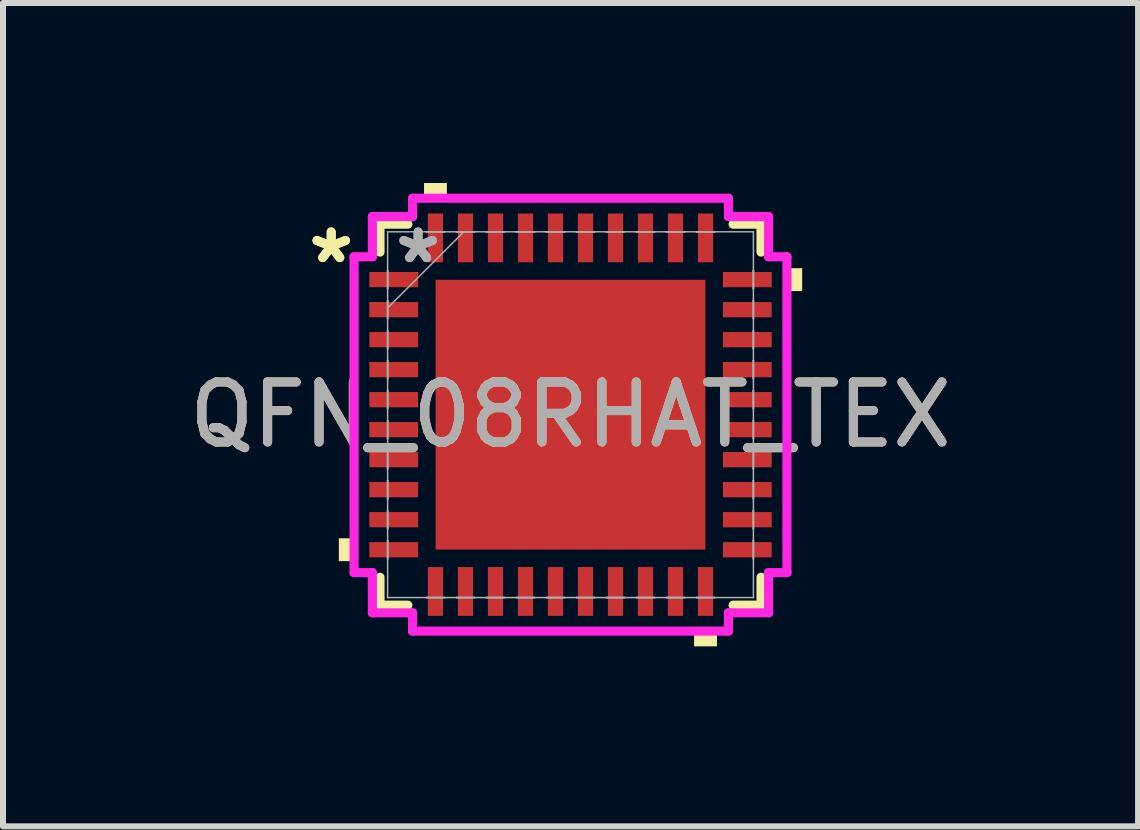
<source format=kicad_pcb>
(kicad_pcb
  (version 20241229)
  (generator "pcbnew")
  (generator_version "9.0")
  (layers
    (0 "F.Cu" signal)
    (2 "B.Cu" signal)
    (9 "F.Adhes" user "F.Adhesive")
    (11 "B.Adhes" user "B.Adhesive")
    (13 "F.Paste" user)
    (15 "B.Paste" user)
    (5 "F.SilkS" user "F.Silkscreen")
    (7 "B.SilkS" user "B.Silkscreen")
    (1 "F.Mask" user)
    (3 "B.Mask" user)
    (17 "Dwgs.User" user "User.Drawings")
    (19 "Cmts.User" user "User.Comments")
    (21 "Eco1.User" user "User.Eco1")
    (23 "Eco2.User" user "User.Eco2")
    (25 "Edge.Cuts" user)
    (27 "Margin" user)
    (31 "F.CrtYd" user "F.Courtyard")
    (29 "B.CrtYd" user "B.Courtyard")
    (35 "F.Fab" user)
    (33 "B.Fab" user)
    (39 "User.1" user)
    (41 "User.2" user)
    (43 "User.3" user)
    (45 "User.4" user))
  (footprint "QFN_08RHAT_TEX"
    (layer "F.Cu")
    (at 6.458 3.861)
    (property "Reference" "QFN_08RHAT_TEX" (at 0 0 0) (unlocked yes) (layer "F.SilkS") (effects (font (size 1 1) (thickness 0.15))))
    (attr smd)
    (fp_line (start -3.175 -3.175) (end -3.175 -2.71) (stroke (width 0.152) (type solid)) (layer "F.SilkS"))
    (fp_line (start -3.175 2.71) (end -3.175 3.175) (stroke (width 0.152) (type solid)) (layer "F.SilkS"))
    (fp_line (start -3.175 3.175) (end -2.71 3.175) (stroke (width 0.152) (type solid)) (layer "F.SilkS"))
    (fp_line (start -2.71 -3.175) (end -3.175 -3.175) (stroke (width 0.152) (type solid)) (layer "F.SilkS"))
    (fp_line (start 2.71 3.175) (end 3.175 3.175) (stroke (width 0.152) (type solid)) (layer "F.SilkS"))
    (fp_line (start 3.175 -3.175) (end 2.71 -3.175) (stroke (width 0.152) (type solid)) (layer "F.SilkS"))
    (fp_line (start 3.175 -2.71) (end 3.175 -3.175) (stroke (width 0.152) (type solid)) (layer "F.SilkS"))
    (fp_line (start 3.175 3.175) (end 3.175 2.71) (stroke (width 0.152) (type solid)) (layer "F.SilkS"))
    (fp_poly (pts (xy -3.861 2.06) (xy -3.861 2.441) (xy -3.607 2.441) (xy -3.607 2.06)) (stroke (width 0) (type solid)) (fill yes) (layer "F.SilkS"))
    (fp_poly (pts (xy -2.441 -3.607) (xy -2.441 -3.861) (xy -2.06 -3.861) (xy -2.06 -3.607)) (stroke (width 0) (type solid)) (fill yes) (layer "F.SilkS"))
    (fp_poly (pts (xy 2.06 3.607) (xy 2.06 3.861) (xy 2.441 3.861) (xy 2.441 3.607)) (stroke (width 0) (type solid)) (fill yes) (layer "F.SilkS"))
    (fp_poly (pts (xy 3.861 -2.441) (xy 3.861 -2.06) (xy 3.607 -2.06) (xy 3.607 -2.441)) (stroke (width 0) (type solid)) (fill yes) (layer "F.SilkS"))
    (fp_poly (pts (xy -2.148 -2.148) (xy -2.148 -0.849) (xy -0.849 -0.849) (xy -0.849 -2.148)) (stroke (width 0) (type solid)) (fill yes) (layer "F.Paste"))
    (fp_poly (pts (xy -2.148 -0.649) (xy -2.148 0.649) (xy -0.849 0.649) (xy -0.849 -0.649)) (stroke (width 0) (type solid)) (fill yes) (layer "F.Paste"))
    (fp_poly (pts (xy -2.148 0.849) (xy -2.148 2.148) (xy -0.849 2.148) (xy -0.849 0.849)) (stroke (width 0) (type solid)) (fill yes) (layer "F.Paste"))
    (fp_poly (pts (xy -0.649 -2.148) (xy -0.649 -0.849) (xy 0.649 -0.849) (xy 0.649 -2.148)) (stroke (width 0) (type solid)) (fill yes) (layer "F.Paste"))
    (fp_poly (pts (xy -0.649 -0.649) (xy -0.649 0.649) (xy 0.649 0.649) (xy 0.649 -0.649)) (stroke (width 0) (type solid)) (fill yes) (layer "F.Paste"))
    (fp_poly (pts (xy -0.649 0.849) (xy -0.649 2.148) (xy 0.649 2.148) (xy 0.649 0.849)) (stroke (width 0) (type solid)) (fill yes) (layer "F.Paste"))
    (fp_poly (pts (xy 0.849 -2.148) (xy 0.849 -0.849) (xy 2.148 -0.849) (xy 2.148 -2.148)) (stroke (width 0) (type solid)) (fill yes) (layer "F.Paste"))
    (fp_poly (pts (xy 0.849 -0.649) (xy 0.849 0.649) (xy 2.148 0.649) (xy 2.148 -0.649)) (stroke (width 0) (type solid)) (fill yes) (layer "F.Paste"))
    (fp_poly (pts (xy 0.849 0.849) (xy 0.849 2.148) (xy 2.148 2.148) (xy 2.148 0.849)) (stroke (width 0) (type solid)) (fill yes) (layer "F.Paste"))
    (fp_line (start -3.607 -2.632) (end -3.302 -2.632) (stroke (width 0.152) (type solid)) (layer "F.CrtYd"))
    (fp_line (start -3.607 2.632) (end -3.607 -2.632) (stroke (width 0.152) (type solid)) (layer "F.CrtYd"))
    (fp_line (start -3.302 -3.302) (end -2.632 -3.302) (stroke (width 0.152) (type solid)) (layer "F.CrtYd"))
    (fp_line (start -3.302 -2.632) (end -3.302 -3.302) (stroke (width 0.152) (type solid)) (layer "F.CrtYd"))
    (fp_line (start -3.302 2.632) (end -3.607 2.632) (stroke (width 0.152) (type solid)) (layer "F.CrtYd"))
    (fp_line (start -3.302 3.302) (end -3.302 2.632) (stroke (width 0.152) (type solid)) (layer "F.CrtYd"))
    (fp_line (start -2.632 -3.607) (end 2.632 -3.607) (stroke (width 0.152) (type solid)) (layer "F.CrtYd"))
    (fp_line (start -2.632 -3.302) (end -2.632 -3.607) (stroke (width 0.152) (type solid)) (layer "F.CrtYd"))
    (fp_line (start -2.632 3.302) (end -3.302 3.302) (stroke (width 0.152) (type solid)) (layer "F.CrtYd"))
    (fp_line (start -2.632 3.607) (end -2.632 3.302) (stroke (width 0.152) (type solid)) (layer "F.CrtYd"))
    (fp_line (start 2.632 -3.607) (end 2.632 -3.302) (stroke (width 0.152) (type solid)) (layer "F.CrtYd"))
    (fp_line (start 2.632 -3.302) (end 3.302 -3.302) (stroke (width 0.152) (type solid)) (layer "F.CrtYd"))
    (fp_line (start 2.632 3.302) (end 2.632 3.607) (stroke (width 0.152) (type solid)) (layer "F.CrtYd"))
    (fp_line (start 2.632 3.607) (end -2.632 3.607) (stroke (width 0.152) (type solid)) (layer "F.CrtYd"))
    (fp_line (start 3.302 -3.302) (end 3.302 -2.632) (stroke (width 0.152) (type solid)) (layer "F.CrtYd"))
    (fp_line (start 3.302 -2.632) (end 3.607 -2.632) (stroke (width 0.152) (type solid)) (layer "F.CrtYd"))
    (fp_line (start 3.302 2.632) (end 3.302 3.302) (stroke (width 0.152) (type solid)) (layer "F.CrtYd"))
    (fp_line (start 3.302 3.302) (end 2.632 3.302) (stroke (width 0.152) (type solid)) (layer "F.CrtYd"))
    (fp_line (start 3.607 -2.632) (end 3.607 2.632) (stroke (width 0.152) (type solid)) (layer "F.CrtYd"))
    (fp_line (start 3.607 2.632) (end 3.302 2.632) (stroke (width 0.152) (type solid)) (layer "F.CrtYd"))
    (fp_line (start -3.048 -3.048) (end -3.048 -3.048) (stroke (width 0.025) (type solid)) (layer "F.Fab"))
    (fp_line (start -3.048 -3.048) (end -3.048 3.048) (stroke (width 0.025) (type solid)) (layer "F.Fab"))
    (fp_line (start -3.048 -2.403) (end -3.048 -2.403) (stroke (width 0.025) (type solid)) (layer "F.Fab"))
    (fp_line (start -3.048 -2.403) (end -3.048 -2.098) (stroke (width 0.025) (type solid)) (layer "F.Fab"))
    (fp_line (start -3.048 -2.098) (end -3.048 -2.403) (stroke (width 0.025) (type solid)) (layer "F.Fab"))
    (fp_line (start -3.048 -2.098) (end -3.048 -2.098) (stroke (width 0.025) (type solid)) (layer "F.Fab"))
    (fp_line (start -3.048 -1.903) (end -3.048 -1.903) (stroke (width 0.025) (type solid)) (layer "F.Fab"))
    (fp_line (start -3.048 -1.903) (end -3.048 -1.598) (stroke (width 0.025) (type solid)) (layer "F.Fab"))
    (fp_line (start -3.048 -1.778) (end -1.778 -3.048) (stroke (width 0.025) (type solid)) (layer "F.Fab"))
    (fp_line (start -3.048 -1.598) (end -3.048 -1.903) (stroke (width 0.025) (type solid)) (layer "F.Fab"))
    (fp_line (start -3.048 -1.598) (end -3.048 -1.598) (stroke (width 0.025) (type solid)) (layer "F.Fab"))
    (fp_line (start -3.048 -1.403) (end -3.048 -1.403) (stroke (width 0.025) (type solid)) (layer "F.Fab"))
    (fp_line (start -3.048 -1.403) (end -3.048 -1.098) (stroke (width 0.025) (type solid)) (layer "F.Fab"))
    (fp_line (start -3.048 -1.098) (end -3.048 -1.403) (stroke (width 0.025) (type solid)) (layer "F.Fab"))
    (fp_line (start -3.048 -1.098) (end -3.048 -1.098) (stroke (width 0.025) (type solid)) (layer "F.Fab"))
    (fp_line (start -3.048 -0.903) (end -3.048 -0.903) (stroke (width 0.025) (type solid)) (layer "F.Fab"))
    (fp_line (start -3.048 -0.903) (end -3.048 -0.598) (stroke (width 0.025) (type solid)) (layer "F.Fab"))
    (fp_line (start -3.048 -0.598) (end -3.048 -0.903) (stroke (width 0.025) (type solid)) (layer "F.Fab"))
    (fp_line (start -3.048 -0.598) (end -3.048 -0.598) (stroke (width 0.025) (type solid)) (layer "F.Fab"))
    (fp_line (start -3.048 -0.402) (end -3.048 -0.402) (stroke (width 0.025) (type solid)) (layer "F.Fab"))
    (fp_line (start -3.048 -0.402) (end -3.048 -0.098) (stroke (width 0.025) (type solid)) (layer "F.Fab"))
    (fp_line (start -3.048 -0.098) (end -3.048 -0.402) (stroke (width 0.025) (type solid)) (layer "F.Fab"))
    (fp_line (start -3.048 -0.098) (end -3.048 -0.098) (stroke (width 0.025) (type solid)) (layer "F.Fab"))
    (fp_line (start -3.048 0.098) (end -3.048 0.098) (stroke (width 0.025) (type solid)) (layer "F.Fab"))
    (fp_line (start -3.048 0.098) (end -3.048 0.402) (stroke (width 0.025) (type solid)) (layer "F.Fab"))
    (fp_line (start -3.048 0.402) (end -3.048 0.098) (stroke (width 0.025) (type solid)) (layer "F.Fab"))
    (fp_line (start -3.048 0.402) (end -3.048 0.402) (stroke (width 0.025) (type solid)) (layer "F.Fab"))
    (fp_line (start -3.048 0.598) (end -3.048 0.598) (stroke (width 0.025) (type solid)) (layer "F.Fab"))
    (fp_line (start -3.048 0.598) (end -3.048 0.903) (stroke (width 0.025) (type solid)) (layer "F.Fab"))
    (fp_line (start -3.048 0.903) (end -3.048 0.598) (stroke (width 0.025) (type solid)) (layer "F.Fab"))
    (fp_line (start -3.048 0.903) (end -3.048 0.903) (stroke (width 0.025) (type solid)) (layer "F.Fab"))
    (fp_line (start -3.048 1.098) (end -3.048 1.098) (stroke (width 0.025) (type solid)) (layer "F.Fab"))
    (fp_line (start -3.048 1.098) (end -3.048 1.403) (stroke (width 0.025) (type solid)) (layer "F.Fab"))
    (fp_line (start -3.048 1.403) (end -3.048 1.098) (stroke (width 0.025) (type solid)) (layer "F.Fab"))
    (fp_line (start -3.048 1.403) (end -3.048 1.403) (stroke (width 0.025) (type solid)) (layer "F.Fab"))
    (fp_line (start -3.048 1.598) (end -3.048 1.598) (stroke (width 0.025) (type solid)) (layer "F.Fab"))
    (fp_line (start -3.048 1.598) (end -3.048 1.903) (stroke (width 0.025) (type solid)) (layer "F.Fab"))
    (fp_line (start -3.048 1.903) (end -3.048 1.598) (stroke (width 0.025) (type solid)) (layer "F.Fab"))
    (fp_line (start -3.048 1.903) (end -3.048 1.903) (stroke (width 0.025) (type solid)) (layer "F.Fab"))
    (fp_line (start -3.048 2.098) (end -3.048 2.098) (stroke (width 0.025) (type solid)) (layer "F.Fab"))
    (fp_line (start -3.048 2.098) (end -3.048 2.403) (stroke (width 0.025) (type solid)) (layer "F.Fab"))
    (fp_line (start -3.048 2.403) (end -3.048 2.098) (stroke (width 0.025) (type solid)) (layer "F.Fab"))
    (fp_line (start -3.048 2.403) (end -3.048 2.403) (stroke (width 0.025) (type solid)) (layer "F.Fab"))
    (fp_line (start -3.048 3.048) (end -3.048 3.048) (stroke (width 0.025) (type solid)) (layer "F.Fab"))
    (fp_line (start -3.048 3.048) (end 3.048 3.048) (stroke (width 0.025) (type solid)) (layer "F.Fab"))
    (fp_line (start -2.403 -3.048) (end -2.403 -3.048) (stroke (width 0.025) (type solid)) (layer "F.Fab"))
    (fp_line (start -2.403 -3.048) (end -2.098 -3.048) (stroke (width 0.025) (type solid)) (layer "F.Fab"))
    (fp_line (start -2.403 3.048) (end -2.403 3.048) (stroke (width 0.025) (type solid)) (layer "F.Fab"))
    (fp_line (start -2.403 3.048) (end -2.098 3.048) (stroke (width 0.025) (type solid)) (layer "F.Fab"))
    (fp_line (start -2.098 -3.048) (end -2.403 -3.048) (stroke (width 0.025) (type solid)) (layer "F.Fab"))
    (fp_line (start -2.098 -3.048) (end -2.098 -3.048) (stroke (width 0.025) (type solid)) (layer "F.Fab"))
    (fp_line (start -2.098 3.048) (end -2.403 3.048) (stroke (width 0.025) (type solid)) (layer "F.Fab"))
    (fp_line (start -2.098 3.048) (end -2.098 3.048) (stroke (width 0.025) (type solid)) (layer "F.Fab"))
    (fp_line (start -1.903 -3.048) (end -1.903 -3.048) (stroke (width 0.025) (type solid)) (layer "F.Fab"))
    (fp_line (start -1.903 -3.048) (end -1.598 -3.048) (stroke (width 0.025) (type solid)) (layer "F.Fab"))
    (fp_line (start -1.903 3.048) (end -1.903 3.048) (stroke (width 0.025) (type solid)) (layer "F.Fab"))
    (fp_line (start -1.903 3.048) (end -1.598 3.048) (stroke (width 0.025) (type solid)) (layer "F.Fab"))
    (fp_line (start -1.598 -3.048) (end -1.903 -3.048) (stroke (width 0.025) (type solid)) (layer "F.Fab"))
    (fp_line (start -1.598 -3.048) (end -1.598 -3.048) (stroke (width 0.025) (type solid)) (layer "F.Fab"))
    (fp_line (start -1.598 3.048) (end -1.903 3.048) (stroke (width 0.025) (type solid)) (layer "F.Fab"))
    (fp_line (start -1.598 3.048) (end -1.598 3.048) (stroke (width 0.025) (type solid)) (layer "F.Fab"))
    (fp_line (start -1.403 -3.048) (end -1.403 -3.048) (stroke (width 0.025) (type solid)) (layer "F.Fab"))
    (fp_line (start -1.403 -3.048) (end -1.098 -3.048) (stroke (width 0.025) (type solid)) (layer "F.Fab"))
    (fp_line (start -1.403 3.048) (end -1.403 3.048) (stroke (width 0.025) (type solid)) (layer "F.Fab"))
    (fp_line (start -1.403 3.048) (end -1.098 3.048) (stroke (width 0.025) (type solid)) (layer "F.Fab"))
    (fp_line (start -1.098 -3.048) (end -1.403 -3.048) (stroke (width 0.025) (type solid)) (layer "F.Fab"))
    (fp_line (start -1.098 -3.048) (end -1.098 -3.048) (stroke (width 0.025) (type solid)) (layer "F.Fab"))
    (fp_line (start -1.098 3.048) (end -1.403 3.048) (stroke (width 0.025) (type solid)) (layer "F.Fab"))
    (fp_line (start -1.098 3.048) (end -1.098 3.048) (stroke (width 0.025) (type solid)) (layer "F.Fab"))
    (fp_line (start -0.903 -3.048) (end -0.903 -3.048) (stroke (width 0.025) (type solid)) (layer "F.Fab"))
    (fp_line (start -0.903 -3.048) (end -0.598 -3.048) (stroke (width 0.025) (type solid)) (layer "F.Fab"))
    (fp_line (start -0.903 3.048) (end -0.903 3.048) (stroke (width 0.025) (type solid)) (layer "F.Fab"))
    (fp_line (start -0.903 3.048) (end -0.598 3.048) (stroke (width 0.025) (type solid)) (layer "F.Fab"))
    (fp_line (start -0.598 -3.048) (end -0.903 -3.048) (stroke (width 0.025) (type solid)) (layer "F.Fab"))
    (fp_line (start -0.598 -3.048) (end -0.598 -3.048) (stroke (width 0.025) (type solid)) (layer "F.Fab"))
    (fp_line (start -0.598 3.048) (end -0.903 3.048) (stroke (width 0.025) (type solid)) (layer "F.Fab"))
    (fp_line (start -0.598 3.048) (end -0.598 3.048) (stroke (width 0.025) (type solid)) (layer "F.Fab"))
    (fp_line (start -0.402 -3.048) (end -0.402 -3.048) (stroke (width 0.025) (type solid)) (layer "F.Fab"))
    (fp_line (start -0.402 -3.048) (end -0.098 -3.048) (stroke (width 0.025) (type solid)) (layer "F.Fab"))
    (fp_line (start -0.402 3.048) (end -0.402 3.048) (stroke (width 0.025) (type solid)) (layer "F.Fab"))
    (fp_line (start -0.402 3.048) (end -0.098 3.048) (stroke (width 0.025) (type solid)) (layer "F.Fab"))
    (fp_line (start -0.098 -3.048) (end -0.402 -3.048) (stroke (width 0.025) (type solid)) (layer "F.Fab"))
    (fp_line (start -0.098 -3.048) (end -0.098 -3.048) (stroke (width 0.025) (type solid)) (layer "F.Fab"))
    (fp_line (start -0.098 3.048) (end -0.402 3.048) (stroke (width 0.025) (type solid)) (layer "F.Fab"))
    (fp_line (start -0.098 3.048) (end -0.098 3.048) (stroke (width 0.025) (type solid)) (layer "F.Fab"))
    (fp_line (start 0.098 -3.048) (end 0.098 -3.048) (stroke (width 0.025) (type solid)) (layer "F.Fab"))
    (fp_line (start 0.098 -3.048) (end 0.402 -3.048) (stroke (width 0.025) (type solid)) (layer "F.Fab"))
    (fp_line (start 0.098 3.048) (end 0.098 3.048) (stroke (width 0.025) (type solid)) (layer "F.Fab"))
    (fp_line (start 0.098 3.048) (end 0.402 3.048) (stroke (width 0.025) (type solid)) (layer "F.Fab"))
    (fp_line (start 0.402 -3.048) (end 0.098 -3.048) (stroke (width 0.025) (type solid)) (layer "F.Fab"))
    (fp_line (start 0.402 -3.048) (end 0.402 -3.048) (stroke (width 0.025) (type solid)) (layer "F.Fab"))
    (fp_line (start 0.402 3.048) (end 0.098 3.048) (stroke (width 0.025) (type solid)) (layer "F.Fab"))
    (fp_line (start 0.402 3.048) (end 0.402 3.048) (stroke (width 0.025) (type solid)) (layer "F.Fab"))
    (fp_line (start 0.598 -3.048) (end 0.598 -3.048) (stroke (width 0.025) (type solid)) (layer "F.Fab"))
    (fp_line (start 0.598 -3.048) (end 0.903 -3.048) (stroke (width 0.025) (type solid)) (layer "F.Fab"))
    (fp_line (start 0.598 3.048) (end 0.598 3.048) (stroke (width 0.025) (type solid)) (layer "F.Fab"))
    (fp_line (start 0.598 3.048) (end 0.903 3.048) (stroke (width 0.025) (type solid)) (layer "F.Fab"))
    (fp_line (start 0.903 -3.048) (end 0.598 -3.048) (stroke (width 0.025) (type solid)) (layer "F.Fab"))
    (fp_line (start 0.903 -3.048) (end 0.903 -3.048) (stroke (width 0.025) (type solid)) (layer "F.Fab"))
    (fp_line (start 0.903 3.048) (end 0.598 3.048) (stroke (width 0.025) (type solid)) (layer "F.Fab"))
    (fp_line (start 0.903 3.048) (end 0.903 3.048) (stroke (width 0.025) (type solid)) (layer "F.Fab"))
    (fp_line (start 1.098 -3.048) (end 1.098 -3.048) (stroke (width 0.025) (type solid)) (layer "F.Fab"))
    (fp_line (start 1.098 -3.048) (end 1.403 -3.048) (stroke (width 0.025) (type solid)) (layer "F.Fab"))
    (fp_line (start 1.098 3.048) (end 1.098 3.048) (stroke (width 0.025) (type solid)) (layer "F.Fab"))
    (fp_line (start 1.098 3.048) (end 1.403 3.048) (stroke (width 0.025) (type solid)) (layer "F.Fab"))
    (fp_line (start 1.403 -3.048) (end 1.098 -3.048) (stroke (width 0.025) (type solid)) (layer "F.Fab"))
    (fp_line (start 1.403 -3.048) (end 1.403 -3.048) (stroke (width 0.025) (type solid)) (layer "F.Fab"))
    (fp_line (start 1.403 3.048) (end 1.098 3.048) (stroke (width 0.025) (type solid)) (layer "F.Fab"))
    (fp_line (start 1.403 3.048) (end 1.403 3.048) (stroke (width 0.025) (type solid)) (layer "F.Fab"))
    (fp_line (start 1.598 -3.048) (end 1.598 -3.048) (stroke (width 0.025) (type solid)) (layer "F.Fab"))
    (fp_line (start 1.598 -3.048) (end 1.903 -3.048) (stroke (width 0.025) (type solid)) (layer "F.Fab"))
    (fp_line (start 1.598 3.048) (end 1.598 3.048) (stroke (width 0.025) (type solid)) (layer "F.Fab"))
    (fp_line (start 1.598 3.048) (end 1.903 3.048) (stroke (width 0.025) (type solid)) (layer "F.Fab"))
    (fp_line (start 1.903 -3.048) (end 1.598 -3.048) (stroke (width 0.025) (type solid)) (layer "F.Fab"))
    (fp_line (start 1.903 -3.048) (end 1.903 -3.048) (stroke (width 0.025) (type solid)) (layer "F.Fab"))
    (fp_line (start 1.903 3.048) (end 1.598 3.048) (stroke (width 0.025) (type solid)) (layer "F.Fab"))
    (fp_line (start 1.903 3.048) (end 1.903 3.048) (stroke (width 0.025) (type solid)) (layer "F.Fab"))
    (fp_line (start 2.098 -3.048) (end 2.098 -3.048) (stroke (width 0.025) (type solid)) (layer "F.Fab"))
    (fp_line (start 2.098 -3.048) (end 2.403 -3.048) (stroke (width 0.025) (type solid)) (layer "F.Fab"))
    (fp_line (start 2.098 3.048) (end 2.098 3.048) (stroke (width 0.025) (type solid)) (layer "F.Fab"))
    (fp_line (start 2.098 3.048) (end 2.403 3.048) (stroke (width 0.025) (type solid)) (layer "F.Fab"))
    (fp_line (start 2.403 -3.048) (end 2.098 -3.048) (stroke (width 0.025) (type solid)) (layer "F.Fab"))
    (fp_line (start 2.403 -3.048) (end 2.403 -3.048) (stroke (width 0.025) (type solid)) (layer "F.Fab"))
    (fp_line (start 2.403 3.048) (end 2.098 3.048) (stroke (width 0.025) (type solid)) (layer "F.Fab"))
    (fp_line (start 2.403 3.048) (end 2.403 3.048) (stroke (width 0.025) (type solid)) (layer "F.Fab"))
    (fp_line (start 3.048 -3.048) (end -3.048 -3.048) (stroke (width 0.025) (type solid)) (layer "F.Fab"))
    (fp_line (start 3.048 -3.048) (end 3.048 -3.048) (stroke (width 0.025) (type solid)) (layer "F.Fab"))
    (fp_line (start 3.048 -2.403) (end 3.048 -2.403) (stroke (width 0.025) (type solid)) (layer "F.Fab"))
    (fp_line (start 3.048 -2.403) (end 3.048 -2.098) (stroke (width 0.025) (type solid)) (layer "F.Fab"))
    (fp_line (start 3.048 -2.098) (end 3.048 -2.403) (stroke (width 0.025) (type solid)) (layer "F.Fab"))
    (fp_line (start 3.048 -2.098) (end 3.048 -2.098) (stroke (width 0.025) (type solid)) (layer "F.Fab"))
    (fp_line (start 3.048 -1.903) (end 3.048 -1.903) (stroke (width 0.025) (type solid)) (layer "F.Fab"))
    (fp_line (start 3.048 -1.903) (end 3.048 -1.598) (stroke (width 0.025) (type solid)) (layer "F.Fab"))
    (fp_line (start 3.048 -1.598) (end 3.048 -1.903) (stroke (width 0.025) (type solid)) (layer "F.Fab"))
    (fp_line (start 3.048 -1.598) (end 3.048 -1.598) (stroke (width 0.025) (type solid)) (layer "F.Fab"))
    (fp_line (start 3.048 -1.403) (end 3.048 -1.403) (stroke (width 0.025) (type solid)) (layer "F.Fab"))
    (fp_line (start 3.048 -1.403) (end 3.048 -1.098) (stroke (width 0.025) (type solid)) (layer "F.Fab"))
    (fp_line (start 3.048 -1.098) (end 3.048 -1.403) (stroke (width 0.025) (type solid)) (layer "F.Fab"))
    (fp_line (start 3.048 -1.098) (end 3.048 -1.098) (stroke (width 0.025) (type solid)) (layer "F.Fab"))
    (fp_line (start 3.048 -0.903) (end 3.048 -0.903) (stroke (width 0.025) (type solid)) (layer "F.Fab"))
    (fp_line (start 3.048 -0.903) (end 3.048 -0.598) (stroke (width 0.025) (type solid)) (layer "F.Fab"))
    (fp_line (start 3.048 -0.598) (end 3.048 -0.903) (stroke (width 0.025) (type solid)) (layer "F.Fab"))
    (fp_line (start 3.048 -0.598) (end 3.048 -0.598) (stroke (width 0.025) (type solid)) (layer "F.Fab"))
    (fp_line (start 3.048 -0.402) (end 3.048 -0.402) (stroke (width 0.025) (type solid)) (layer "F.Fab"))
    (fp_line (start 3.048 -0.402) (end 3.048 -0.098) (stroke (width 0.025) (type solid)) (layer "F.Fab"))
    (fp_line (start 3.048 -0.098) (end 3.048 -0.402) (stroke (width 0.025) (type solid)) (layer "F.Fab"))
    (fp_line (start 3.048 -0.098) (end 3.048 -0.098) (stroke (width 0.025) (type solid)) (layer "F.Fab"))
    (fp_line (start 3.048 0.098) (end 3.048 0.098) (stroke (width 0.025) (type solid)) (layer "F.Fab"))
    (fp_line (start 3.048 0.098) (end 3.048 0.402) (stroke (width 0.025) (type solid)) (layer "F.Fab"))
    (fp_line (start 3.048 0.402) (end 3.048 0.098) (stroke (width 0.025) (type solid)) (layer "F.Fab"))
    (fp_line (start 3.048 0.402) (end 3.048 0.402) (stroke (width 0.025) (type solid)) (layer "F.Fab"))
    (fp_line (start 3.048 0.598) (end 3.048 0.598) (stroke (width 0.025) (type solid)) (layer "F.Fab"))
    (fp_line (start 3.048 0.598) (end 3.048 0.903) (stroke (width 0.025) (type solid)) (layer "F.Fab"))
    (fp_line (start 3.048 0.903) (end 3.048 0.598) (stroke (width 0.025) (type solid)) (layer "F.Fab"))
    (fp_line (start 3.048 0.903) (end 3.048 0.903) (stroke (width 0.025) (type solid)) (layer "F.Fab"))
    (fp_line (start 3.048 1.098) (end 3.048 1.098) (stroke (width 0.025) (type solid)) (layer "F.Fab"))
    (fp_line (start 3.048 1.098) (end 3.048 1.403) (stroke (width 0.025) (type solid)) (layer "F.Fab"))
    (fp_line (start 3.048 1.403) (end 3.048 1.098) (stroke (width 0.025) (type solid)) (layer "F.Fab"))
    (fp_line (start 3.048 1.403) (end 3.048 1.403) (stroke (width 0.025) (type solid)) (layer "F.Fab"))
    (fp_line (start 3.048 1.598) (end 3.048 1.598) (stroke (width 0.025) (type solid)) (layer "F.Fab"))
    (fp_line (start 3.048 1.598) (end 3.048 1.903) (stroke (width 0.025) (type solid)) (layer "F.Fab"))
    (fp_line (start 3.048 1.903) (end 3.048 1.598) (stroke (width 0.025) (type solid)) (layer "F.Fab"))
    (fp_line (start 3.048 1.903) (end 3.048 1.903) (stroke (width 0.025) (type solid)) (layer "F.Fab"))
    (fp_line (start 3.048 2.098) (end 3.048 2.098) (stroke (width 0.025) (type solid)) (layer "F.Fab"))
    (fp_line (start 3.048 2.098) (end 3.048 2.403) (stroke (width 0.025) (type solid)) (layer "F.Fab"))
    (fp_line (start 3.048 2.403) (end 3.048 2.098) (stroke (width 0.025) (type solid)) (layer "F.Fab"))
    (fp_line (start 3.048 2.403) (end 3.048 2.403) (stroke (width 0.025) (type solid)) (layer "F.Fab"))
    (fp_line (start 3.048 3.048) (end 3.048 -3.048) (stroke (width 0.025) (type solid)) (layer "F.Fab"))
    (fp_line (start 3.048 3.048) (end 3.048 3.048) (stroke (width 0.025) (type solid)) (layer "F.Fab"))
    (fp_text user "*" (at -3.988 -2.501 0) (unlocked yes) (layer "F.SilkS") (effects (font (size 1 1) (thickness 0.15))))
    (fp_text user "*" (at -3.988 -2.501 0) (layer "F.SilkS") (effects (font (size 1 1) (thickness 0.15))))
    (fp_text user "${REFERENCE}" (at 0 0 0) (unlocked yes) (layer "F.Fab") (effects (font (size 1 1) (thickness 0.15))))
    (fp_text user "*" (at -2.54 -2.501 0) (layer "F.Fab") (effects (font (size 1 1) (thickness 0.15))))
    (fp_text user "*" (at -2.54 -2.501 0) (unlocked yes) (layer "F.Fab") (effects (font (size 1 1) (thickness 0.15))))
    (pad "1" smd rect (at -2.946 -2.251 90) (size 0.254 0.813) (layers "F.Cu" "F.Mask" "F.Paste"))
    (pad "2" smd rect (at -2.946 -1.75 90) (size 0.254 0.813) (layers "F.Cu" "F.Mask" "F.Paste"))
    (pad "3" smd rect (at -2.946 -1.25 90) (size 0.254 0.813) (layers "F.Cu" "F.Mask" "F.Paste"))
    (pad "4" smd rect (at -2.946 -0.75 90) (size 0.254 0.813) (layers "F.Cu" "F.Mask" "F.Paste"))
    (pad "5" smd rect (at -2.946 -0.25 90) (size 0.254 0.813) (layers "F.Cu" "F.Mask" "F.Paste"))
    (pad "6" smd rect (at -2.946 0.25 90) (size 0.254 0.813) (layers "F.Cu" "F.Mask" "F.Paste"))
    (pad "7" smd rect (at -2.946 0.75 90) (size 0.254 0.813) (layers "F.Cu" "F.Mask" "F.Paste"))
    (pad "8" smd rect (at -2.946 1.25 90) (size 0.254 0.813) (layers "F.Cu" "F.Mask" "F.Paste"))
    (pad "9" smd rect (at -2.946 1.75 90) (size 0.254 0.813) (layers "F.Cu" "F.Mask" "F.Paste"))
    (pad "10" smd rect (at -2.946 2.251 90) (size 0.254 0.813) (layers "F.Cu" "F.Mask" "F.Paste"))
    (pad "11" smd rect (at -2.251 2.946) (size 0.254 0.813) (layers "F.Cu" "F.Mask" "F.Paste"))
    (pad "12" smd rect (at -1.75 2.946) (size 0.254 0.813) (layers "F.Cu" "F.Mask" "F.Paste"))
    (pad "13" smd rect (at -1.25 2.946) (size 0.254 0.813) (layers "F.Cu" "F.Mask" "F.Paste"))
    (pad "14" smd rect (at -0.75 2.946) (size 0.254 0.813) (layers "F.Cu" "F.Mask" "F.Paste"))
    (pad "15" smd rect (at -0.25 2.946) (size 0.254 0.813) (layers "F.Cu" "F.Mask" "F.Paste"))
    (pad "16" smd rect (at 0.25 2.946) (size 0.254 0.813) (layers "F.Cu" "F.Mask" "F.Paste"))
    (pad "17" smd rect (at 0.75 2.946) (size 0.254 0.813) (layers "F.Cu" "F.Mask" "F.Paste"))
    (pad "18" smd rect (at 1.25 2.946) (size 0.254 0.813) (layers "F.Cu" "F.Mask" "F.Paste"))
    (pad "19" smd rect (at 1.75 2.946) (size 0.254 0.813) (layers "F.Cu" "F.Mask" "F.Paste"))
    (pad "20" smd rect (at 2.251 2.946) (size 0.254 0.813) (layers "F.Cu" "F.Mask" "F.Paste"))
    (pad "21" smd rect (at 2.946 2.251 90) (size 0.254 0.813) (layers "F.Cu" "F.Mask" "F.Paste"))
    (pad "22" smd rect (at 2.946 1.75 90) (size 0.254 0.813) (layers "F.Cu" "F.Mask" "F.Paste"))
    (pad "23" smd rect (at 2.946 1.25 90) (size 0.254 0.813) (layers "F.Cu" "F.Mask" "F.Paste"))
    (pad "24" smd rect (at 2.946 0.75 90) (size 0.254 0.813) (layers "F.Cu" "F.Mask" "F.Paste"))
    (pad "25" smd rect (at 2.946 0.25 90) (size 0.254 0.813) (layers "F.Cu" "F.Mask" "F.Paste"))
    (pad "26" smd rect (at 2.946 -0.25 90) (size 0.254 0.813) (layers "F.Cu" "F.Mask" "F.Paste"))
    (pad "27" smd rect (at 2.946 -0.75 90) (size 0.254 0.813) (layers "F.Cu" "F.Mask" "F.Paste"))
    (pad "28" smd rect (at 2.946 -1.25 90) (size 0.254 0.813) (layers "F.Cu" "F.Mask" "F.Paste"))
    (pad "29" smd rect (at 2.946 -1.75 90) (size 0.254 0.813) (layers "F.Cu" "F.Mask" "F.Paste"))
    (pad "30" smd rect (at 2.946 -2.251 90) (size 0.254 0.813) (layers "F.Cu" "F.Mask" "F.Paste"))
    (pad "31" smd rect (at 2.251 -2.946) (size 0.254 0.813) (layers "F.Cu" "F.Mask" "F.Paste"))
    (pad "32" smd rect (at 1.75 -2.946) (size 0.254 0.813) (layers "F.Cu" "F.Mask" "F.Paste"))
    (pad "33" smd rect (at 1.25 -2.946) (size 0.254 0.813) (layers "F.Cu" "F.Mask" "F.Paste"))
    (pad "34" smd rect (at 0.75 -2.946) (size 0.254 0.813) (layers "F.Cu" "F.Mask" "F.Paste"))
    (pad "35" smd rect (at 0.25 -2.946) (size 0.254 0.813) (layers "F.Cu" "F.Mask" "F.Paste"))
    (pad "36" smd rect (at -0.25 -2.946) (size 0.254 0.813) (layers "F.Cu" "F.Mask" "F.Paste"))
    (pad "37" smd rect (at -0.75 -2.946) (size 0.254 0.813) (layers "F.Cu" "F.Mask" "F.Paste"))
    (pad "38" smd rect (at -1.25 -2.946) (size 0.254 0.813) (layers "F.Cu" "F.Mask" "F.Paste"))
    (pad "39" smd rect (at -1.75 -2.946) (size 0.254 0.813) (layers "F.Cu" "F.Mask" "F.Paste"))
    (pad "40" smd rect (at -2.251 -2.946) (size 0.254 0.813) (layers "F.Cu" "F.Mask" "F.Paste"))
    (pad "41" smd rect (at 0 0) (size 4.496 4.496) (layers "F.Cu" "F.Mask" "F.Paste")))
  (gr_rect
    (start -3 -3)
    (end 15.917 10.722)
    (stroke (width 0.1) (type default))
    (fill no)
    (layer "Edge.Cuts")))
</source>
